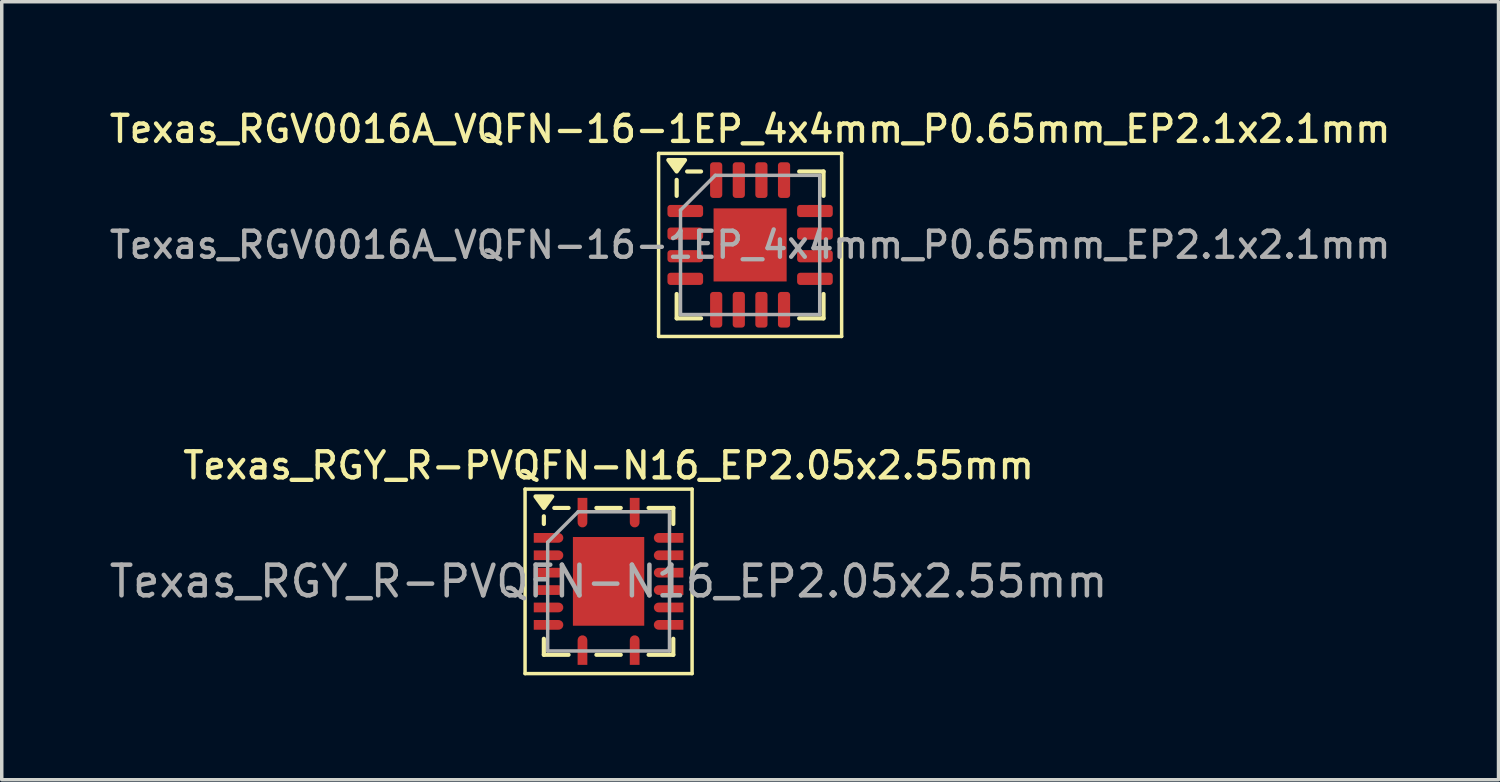
<source format=kicad_pcb>
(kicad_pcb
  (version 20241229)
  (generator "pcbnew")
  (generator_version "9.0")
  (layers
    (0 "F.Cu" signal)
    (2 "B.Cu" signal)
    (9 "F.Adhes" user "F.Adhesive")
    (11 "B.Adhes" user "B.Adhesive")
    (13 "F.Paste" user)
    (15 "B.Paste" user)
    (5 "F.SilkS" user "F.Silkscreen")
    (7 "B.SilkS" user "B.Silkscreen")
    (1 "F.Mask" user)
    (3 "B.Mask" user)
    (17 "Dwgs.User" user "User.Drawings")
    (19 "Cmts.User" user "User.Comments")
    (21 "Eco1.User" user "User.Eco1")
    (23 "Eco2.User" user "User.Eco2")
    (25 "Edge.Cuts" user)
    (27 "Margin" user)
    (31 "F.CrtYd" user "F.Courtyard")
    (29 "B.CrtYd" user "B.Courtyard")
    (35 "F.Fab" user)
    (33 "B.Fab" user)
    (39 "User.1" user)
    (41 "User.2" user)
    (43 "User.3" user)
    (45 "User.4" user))
  (footprint "Texas_RGV0016A_VQFN-16-1EP_4x4mm_P0.65mm_EP2.1x2.1mm"
    (layer "F.Cu")
    (at 18.505 3.988)
    (property "Reference" "Texas_RGV0016A_VQFN-16-1EP_4x4mm_P0.65mm_EP2.1x2.1mm" (at 0 -3.33 0) (layer "F.SilkS") (effects (font (size 0.75 0.75) (thickness 0.125))))
    (attr smd)
    (fp_line (start -2.63 -2.63) (end -2.63 2.63) (stroke (width 0.1) (type solid)) (layer "F.SilkS"))
    (fp_line (start -2.63 2.63) (end 2.63 2.63) (stroke (width 0.1) (type solid)) (layer "F.SilkS"))
    (fp_line (start -2.11 -1.41) (end -2.11 -1.87) (stroke (width 0.12) (type solid)) (layer "F.SilkS"))
    (fp_line (start -2.11 2.11) (end -2.11 1.41) (stroke (width 0.12) (type solid)) (layer "F.SilkS"))
    (fp_line (start -1.41 -2.11) (end -1.81 -2.11) (stroke (width 0.12) (type solid)) (layer "F.SilkS"))
    (fp_line (start -1.41 2.11) (end -2.11 2.11) (stroke (width 0.12) (type solid)) (layer "F.SilkS"))
    (fp_line (start 1.41 -2.11) (end 2.11 -2.11) (stroke (width 0.12) (type solid)) (layer "F.SilkS"))
    (fp_line (start 1.41 2.11) (end 2.11 2.11) (stroke (width 0.12) (type solid)) (layer "F.SilkS"))
    (fp_line (start 2.11 -2.11) (end 2.11 -1.41) (stroke (width 0.12) (type solid)) (layer "F.SilkS"))
    (fp_line (start 2.11 2.11) (end 2.11 1.41) (stroke (width 0.12) (type solid)) (layer "F.SilkS"))
    (fp_line (start 2.63 -2.63) (end -2.63 -2.63) (stroke (width 0.1) (type solid)) (layer "F.SilkS"))
    (fp_line (start 2.63 2.63) (end 2.63 -2.63) (stroke (width 0.1) (type solid)) (layer "F.SilkS"))
    (fp_poly (pts (xy -2.11 -2.11) (xy -2.35 -2.44) (xy -1.87 -2.44) (xy -2.11 -2.11)) (stroke (width 0.12) (type solid)) (fill yes) (layer "F.SilkS"))
    (fp_line (start -2 -1) (end -1 -2) (stroke (width 0.1) (type solid)) (layer "F.Fab"))
    (fp_line (start -2 2) (end -2 -1) (stroke (width 0.1) (type solid)) (layer "F.Fab"))
    (fp_line (start -1 -2) (end 2 -2) (stroke (width 0.1) (type solid)) (layer "F.Fab"))
    (fp_line (start 2 -2) (end 2 2) (stroke (width 0.1) (type solid)) (layer "F.Fab"))
    (fp_line (start 2 2) (end -2 2) (stroke (width 0.1) (type solid)) (layer "F.Fab"))
    (fp_text user "${REFERENCE}" (at 0 0 0) (layer "F.Fab") (effects (font (size 0.75 0.75) (thickness 0.125))))
    (pad "" smd roundrect (at -0.525 -0.525) (size 0.85 0.85) (layers "F.Paste") (roundrect_rratio 0.25))
    (pad "" smd roundrect (at -0.525 0.525) (size 0.85 0.85) (layers "F.Paste") (roundrect_rratio 0.25))
    (pad "" smd roundrect (at 0.525 -0.525) (size 0.85 0.85) (layers "F.Paste") (roundrect_rratio 0.25))
    (pad "" smd roundrect (at 0.525 0.525) (size 0.85 0.85) (layers "F.Paste") (roundrect_rratio 0.25))
    (pad "1" smd roundrect (at -1.863 -0.975) (size 1.025 0.35) (layers "F.Cu" "F.Mask" "F.Paste") (roundrect_rratio 0.25))
    (pad "2" smd roundrect (at -1.863 -0.325) (size 1.025 0.35) (layers "F.Cu" "F.Mask" "F.Paste") (roundrect_rratio 0.25))
    (pad "3" smd roundrect (at -1.863 0.325) (size 1.025 0.35) (layers "F.Cu" "F.Mask" "F.Paste") (roundrect_rratio 0.25))
    (pad "4" smd roundrect (at -1.863 0.975) (size 1.025 0.35) (layers "F.Cu" "F.Mask" "F.Paste") (roundrect_rratio 0.25))
    (pad "5" smd roundrect (at -0.975 1.863) (size 0.35 1.025) (layers "F.Cu" "F.Mask" "F.Paste") (roundrect_rratio 0.25))
    (pad "6" smd roundrect (at -0.325 1.863) (size 0.35 1.025) (layers "F.Cu" "F.Mask" "F.Paste") (roundrect_rratio 0.25))
    (pad "7" smd roundrect (at 0.325 1.863) (size 0.35 1.025) (layers "F.Cu" "F.Mask" "F.Paste") (roundrect_rratio 0.25))
    (pad "8" smd roundrect (at 0.975 1.863) (size 0.35 1.025) (layers "F.Cu" "F.Mask" "F.Paste") (roundrect_rratio 0.25))
    (pad "9" smd roundrect (at 1.863 0.975) (size 1.025 0.35) (layers "F.Cu" "F.Mask" "F.Paste") (roundrect_rratio 0.25))
    (pad "10" smd roundrect (at 1.863 0.325) (size 1.025 0.35) (layers "F.Cu" "F.Mask" "F.Paste") (roundrect_rratio 0.25))
    (pad "11" smd roundrect (at 1.863 -0.325) (size 1.025 0.35) (layers "F.Cu" "F.Mask" "F.Paste") (roundrect_rratio 0.25))
    (pad "12" smd roundrect (at 1.863 -0.975) (size 1.025 0.35) (layers "F.Cu" "F.Mask" "F.Paste") (roundrect_rratio 0.25))
    (pad "13" smd roundrect (at 0.975 -1.863) (size 0.35 1.025) (layers "F.Cu" "F.Mask" "F.Paste") (roundrect_rratio 0.25))
    (pad "14" smd roundrect (at 0.325 -1.863) (size 0.35 1.025) (layers "F.Cu" "F.Mask" "F.Paste") (roundrect_rratio 0.25))
    (pad "15" smd roundrect (at -0.325 -1.863) (size 0.35 1.025) (layers "F.Cu" "F.Mask" "F.Paste") (roundrect_rratio 0.25))
    (pad "16" smd roundrect (at -0.975 -1.863) (size 0.35 1.025) (layers "F.Cu" "F.Mask" "F.Paste") (roundrect_rratio 0.25))
    (pad "17" smd rect (at 0 0) (size 2.1 2.1) (property pad_prop_heatsink) (layers "F.Cu" "F.Mask")))
  (footprint "Texas_RGY_R-PVQFN-N16_EP2.05x2.55mm"
    (layer "F.Cu")
    (at 14.438 13.656)
    (property "Reference" "Texas_RGY_R-PVQFN-N16_EP2.05x2.55mm" (at 0 -3.33 0) (layer "F.SilkS") (effects (font (size 0.75 0.75) (thickness 0.125))))
    (attr smd)
    (fp_line (start -2.4 -2.65) (end -2.4 2.65) (stroke (width 0.1) (type solid)) (layer "F.SilkS"))
    (fp_line (start -2.4 2.65) (end 2.4 2.65) (stroke (width 0.1) (type solid)) (layer "F.SilkS"))
    (fp_line (start -1.86 -1.65) (end -1.86 -1.87) (stroke (width 0.12) (type solid)) (layer "F.SilkS"))
    (fp_line (start -1.86 2.11) (end -1.86 1.65) (stroke (width 0.12) (type solid)) (layer "F.SilkS"))
    (fp_line (start -1.15 -2.11) (end -1.56 -2.11) (stroke (width 0.12) (type solid)) (layer "F.SilkS"))
    (fp_line (start -1.15 2.11) (end -1.86 2.11) (stroke (width 0.12) (type solid)) (layer "F.SilkS"))
    (fp_line (start 0.35 -2.11) (end -0.35 -2.11) (stroke (width 0.12) (type solid)) (layer "F.SilkS"))
    (fp_line (start 0.35 2.11) (end -0.35 2.11) (stroke (width 0.12) (type solid)) (layer "F.SilkS"))
    (fp_line (start 1.15 -2.11) (end 1.86 -2.11) (stroke (width 0.12) (type solid)) (layer "F.SilkS"))
    (fp_line (start 1.15 2.11) (end 1.86 2.11) (stroke (width 0.12) (type solid)) (layer "F.SilkS"))
    (fp_line (start 1.86 -2.11) (end 1.86 -1.65) (stroke (width 0.12) (type solid)) (layer "F.SilkS"))
    (fp_line (start 1.86 2.11) (end 1.86 1.65) (stroke (width 0.12) (type solid)) (layer "F.SilkS"))
    (fp_line (start 2.4 -2.65) (end -2.4 -2.65) (stroke (width 0.1) (type solid)) (layer "F.SilkS"))
    (fp_line (start 2.4 2.65) (end 2.4 -2.65) (stroke (width 0.1) (type solid)) (layer "F.SilkS"))
    (fp_poly (pts (xy -1.86 -2.11) (xy -2.1 -2.44) (xy -1.62 -2.44) (xy -1.86 -2.11)) (stroke (width 0.12) (type solid)) (fill yes) (layer "F.SilkS"))
    (fp_line (start -1.75 -1.125) (end -0.875 -2) (stroke (width 0.1) (type solid)) (layer "F.Fab"))
    (fp_line (start -1.75 2) (end -1.75 -1.125) (stroke (width 0.1) (type solid)) (layer "F.Fab"))
    (fp_line (start -0.875 -2) (end 1.75 -2) (stroke (width 0.1) (type solid)) (layer "F.Fab"))
    (fp_line (start 1.75 -2) (end 1.75 2) (stroke (width 0.1) (type solid)) (layer "F.Fab"))
    (fp_line (start 1.75 2) (end -1.75 2) (stroke (width 0.1) (type solid)) (layer "F.Fab"))
    (fp_text user "${REFERENCE}" (at 0 0 0) (layer "F.Fab") (effects (font (size 0.88 0.88) (thickness 0.13))))
    (pad "" smd rect (at -0.56 -0.685) (size 0.82 1.07) (layers "F.Paste"))
    (pad "" smd rect (at -0.56 0.685) (size 0.82 1.07) (layers "F.Paste"))
    (pad "" smd rect (at 0.56 -0.685) (size 0.82 1.07) (layers "F.Paste"))
    (pad "" smd rect (at 0.56 0.685) (size 0.82 1.07) (layers "F.Paste"))
    (pad "1" smd custom (at -0.75 -2.045) (size 0.28 0.71) (layers "F.Cu" "F.Mask" "F.Paste") (options (anchor rect)) (primitives (gr_circle (center 0 0.355) (end 0.14 0.355) (width 0) (fill yes))))
    (pad "2" smd custom (at -1.795 -1.25) (size 0.71 0.28) (layers "F.Cu" "F.Mask" "F.Paste") (options (anchor rect)) (primitives (gr_circle (center 0.355 0) (end 0.495 0) (width 0) (fill yes))))
    (pad "3" smd custom (at -1.795 -0.75) (size 0.71 0.28) (layers "F.Cu" "F.Mask" "F.Paste") (options (anchor rect)) (primitives (gr_circle (center 0.355 0) (end 0.495 0) (width 0) (fill yes))))
    (pad "4" smd custom (at -1.795 -0.25) (size 0.71 0.28) (layers "F.Cu" "F.Mask" "F.Paste") (options (anchor rect)) (primitives (gr_circle (center 0.355 0) (end 0.495 0) (width 0) (fill yes))))
    (pad "5" smd custom (at -1.795 0.25) (size 0.71 0.28) (layers "F.Cu" "F.Mask" "F.Paste") (options (anchor rect)) (primitives (gr_circle (center 0.355 0) (end 0.495 0) (width 0) (fill yes))))
    (pad "6" smd custom (at -1.795 0.75) (size 0.71 0.28) (layers "F.Cu" "F.Mask" "F.Paste") (options (anchor rect)) (primitives (gr_circle (center 0.355 0) (end 0.495 0) (width 0) (fill yes))))
    (pad "7" smd custom (at -1.795 1.25) (size 0.71 0.28) (layers "F.Cu" "F.Mask" "F.Paste") (options (anchor rect)) (primitives (gr_circle (center 0.355 0) (end 0.495 0) (width 0) (fill yes))))
    (pad "8" smd custom (at -0.75 2.045) (size 0.28 0.71) (layers "F.Cu" "F.Mask" "F.Paste") (options (anchor rect)) (primitives (gr_circle (center 0 -0.355) (end 0.14 -0.355) (width 0) (fill yes))))
    (pad "9" smd custom (at 0.75 2.045) (size 0.28 0.71) (layers "F.Cu" "F.Mask" "F.Paste") (options (anchor rect)) (primitives (gr_circle (center 0 -0.355) (end 0.14 -0.355) (width 0) (fill yes))))
    (pad "10" smd custom (at 1.795 1.25) (size 0.71 0.28) (layers "F.Cu" "F.Mask" "F.Paste") (options (anchor rect)) (primitives (gr_circle (center -0.355 0) (end -0.215 0) (width 0) (fill yes))))
    (pad "11" smd custom (at 1.795 0.75) (size 0.71 0.28) (layers "F.Cu" "F.Mask" "F.Paste") (options (anchor rect)) (primitives (gr_circle (center -0.355 0) (end -0.215 0) (width 0) (fill yes))))
    (pad "12" smd custom (at 1.795 0.25) (size 0.71 0.28) (layers "F.Cu" "F.Mask" "F.Paste") (options (anchor rect)) (primitives (gr_circle (center -0.355 0) (end -0.215 0) (width 0) (fill yes))))
    (pad "13" smd custom (at 1.795 -0.25) (size 0.71 0.28) (layers "F.Cu" "F.Mask" "F.Paste") (options (anchor rect)) (primitives (gr_circle (center -0.355 0) (end -0.215 0) (width 0) (fill yes))))
    (pad "14" smd custom (at 1.795 -0.75) (size 0.71 0.28) (layers "F.Cu" "F.Mask" "F.Paste") (options (anchor rect)) (primitives (gr_circle (center -0.355 0) (end -0.215 0) (width 0) (fill yes))))
    (pad "15" smd custom (at 1.795 -1.25) (size 0.71 0.28) (layers "F.Cu" "F.Mask" "F.Paste") (options (anchor rect)) (primitives (gr_circle (center -0.355 0) (end -0.215 0) (width 0) (fill yes))))
    (pad "16" smd custom (at 0.75 -2.045) (size 0.28 0.71) (layers "F.Cu" "F.Mask" "F.Paste") (options (anchor rect)) (primitives (gr_circle (center 0 0.355) (end 0.14 0.355) (width 0) (fill yes))))
    (pad "17" smd rect (at 0 0) (size 2.05 2.55) (layers "F.Cu" "F.Mask")))
  (gr_rect
    (start -3 -3)
    (end 40.011 19.356)
    (stroke (width 0.1) (type default))
    (fill no)
    (layer "Edge.Cuts")))
</source>
